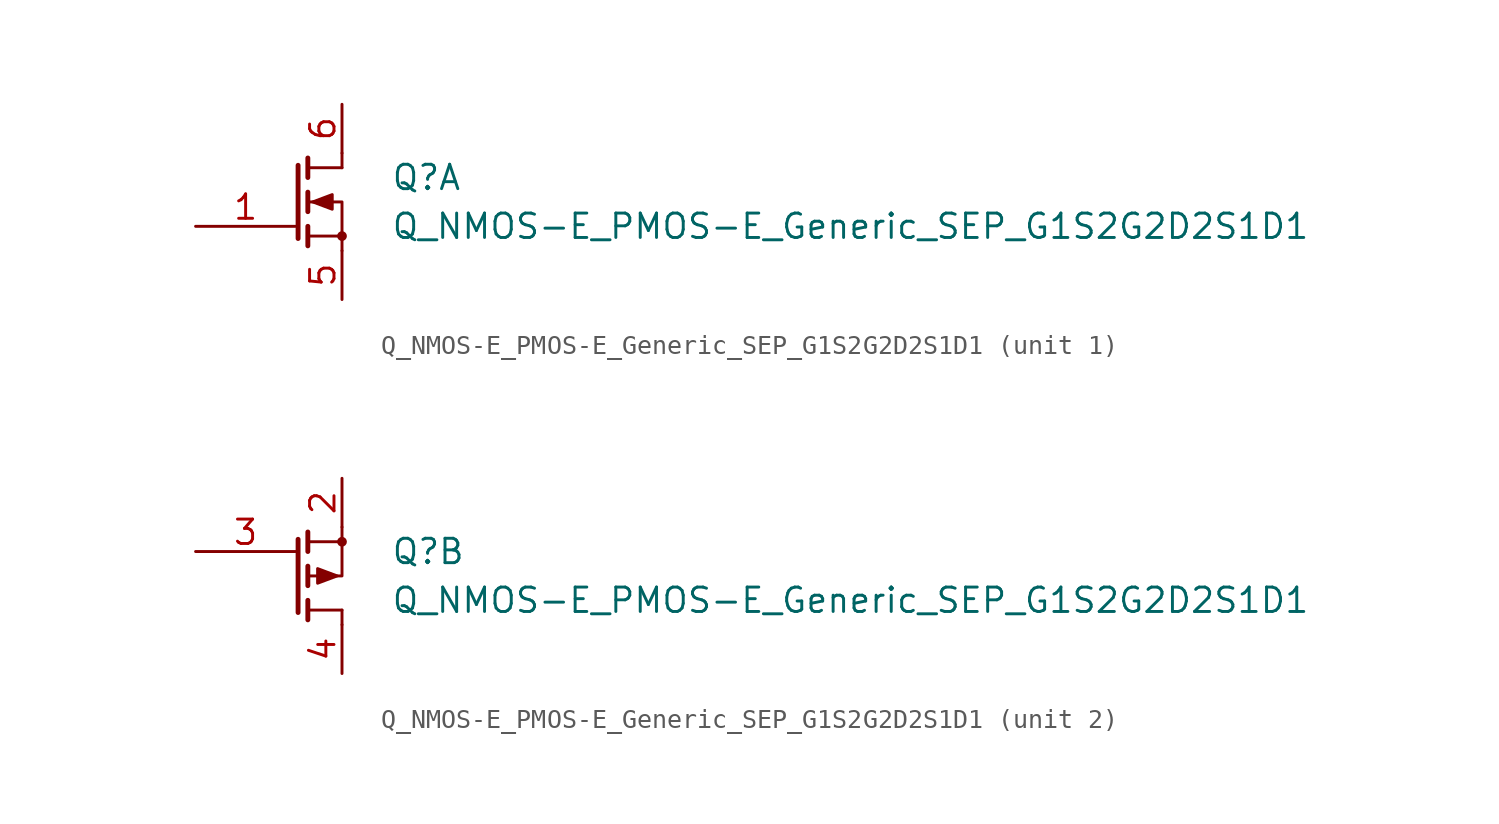
<source format=kicad_sym>
(kicad_symbol_lib
  (version 20220914)
  (generator kicad_symbol_editor)
  (symbol "Q_NMOS-E_PMOS-E_Generic_SEP_G1S2G2D2S1D1"
    (pin_names
      (offset 1.016) hide)
    (property "Reference" "Q"
      (at 3.81 1.27 0)
      (effects (font (size 1.27 1.27)) (justify left)))
    (property "Value" "Q_NMOS-E_PMOS-E_Generic_SEP_G1S2G2D2S1D1"
      (at 3.81 -1.27 0)
      (effects (font (size 1.27 1.27)) (justify left)))
    (property "ki_locked" ""
      (at 0 0 0)
      (effects (font (size 1.27 1.27))))
    (symbol "Q_NMOS-E_PMOS-E_Generic_SEP_G1S2G2D2S1D1_1_1"
      (polyline (pts (xy -1.016 1.905) (xy -1.016 -1.905)) (stroke (width 0.254) (type default)) (fill (type none)))
      (polyline (pts (xy -0.508 -1.778) (xy 1.27 -1.778)) (stroke (width 0) (type default)) (fill (type none)))
      (polyline (pts (xy -0.508 -1.27) (xy -0.508 -2.286)) (stroke (width 0.254) (type default)) (fill (type none)))
      (polyline (pts (xy -0.508 0.508) (xy -0.508 -0.508)) (stroke (width 0.254) (type default)) (fill (type none)))
      (polyline (pts (xy -0.508 2.286) (xy -0.508 1.27)) (stroke (width 0.254) (type default)) (fill (type none)))
      (polyline (pts (xy 1.27 1.778) (xy -0.508 1.778)) (stroke (width 0) (type default)) (fill (type none)))
      (polyline (pts (xy 1.27 2.54) (xy 1.27 1.778)) (stroke (width 0) (type default)) (fill (type none)))
      (polyline (pts (xy 1.27 -2.54) (xy 1.27 0) (xy -0.508 0)) (stroke (width 0) (type default)) (fill (type none)))
      (polyline (pts (xy -0.254 0) (xy 0.762 0.381) (xy 0.762 -0.381) (xy -0.254 0)) (stroke (width 0) (type default)) (fill (type outline)))
      (circle (center 1.27 -1.778) (radius 0.178) (stroke (width 0) (type default)) (fill (type outline)))
      (pin input line (at -6.35 -1.27 0) (length 5.207) (name "G1" (effects (font (size 1.27 1.27)))) (number "1" (effects (font (size 1.27 1.27)))))
      (pin passive line (at 1.27 -5.08 90) (length 2.54) (name "S1" (effects (font (size 1.27 1.27)))) (number "5" (effects (font (size 1.27 1.27)))))
      (pin passive line (at 1.27 5.08 270) (length 2.54) (name "D1" (effects (font (size 1.27 1.27)))) (number "6" (effects (font (size 1.27 1.27))))))
    (symbol "Q_NMOS-E_PMOS-E_Generic_SEP_G1S2G2D2S1D1_2_1"
      (polyline (pts (xy -1.016 -1.905) (xy -1.016 1.905)) (stroke (width 0.254) (type default)) (fill (type none)))
      (polyline (pts (xy -0.508 -2.286) (xy -0.508 -1.27)) (stroke (width 0.254) (type default)) (fill (type none)))
      (polyline (pts (xy -0.508 -0.508) (xy -0.508 0.508)) (stroke (width 0.254) (type default)) (fill (type none)))
      (polyline (pts (xy -0.508 1.27) (xy -0.508 2.286)) (stroke (width 0.254) (type default)) (fill (type none)))
      (polyline (pts (xy -0.508 1.778) (xy 1.27 1.778)) (stroke (width 0) (type default)) (fill (type none)))
      (polyline (pts (xy 1.27 -2.54) (xy 1.27 -1.778)) (stroke (width 0) (type default)) (fill (type none)))
      (polyline (pts (xy 1.27 -1.778) (xy -0.508 -1.778)) (stroke (width 0) (type default)) (fill (type none)))
      (polyline (pts (xy 1.27 2.54) (xy 1.27 0) (xy -0.508 0)) (stroke (width 0) (type default)) (fill (type none)))
      (polyline (pts (xy 1.016 0) (xy 0 0.381) (xy 0 -0.381) (xy 1.016 0)) (stroke (width 0) (type default)) (fill (type outline)))
      (circle (center 1.27 1.778) (radius 0.178) (stroke (width 0) (type default)) (fill (type outline)))
      (pin passive line (at 1.27 5.08 270) (length 2.54) (name "S2" (effects (font (size 1.27 1.27)))) (number "2" (effects (font (size 1.27 1.27)))))
      (pin input line (at -6.35 1.27 0) (length 5.207) (name "G2" (effects (font (size 1.27 1.27)))) (number "3" (effects (font (size 1.27 1.27)))))
      (pin passive line (at 1.27 -5.08 90) (length 2.54) (name "D2" (effects (font (size 1.27 1.27)))) (number "4" (effects (font (size 1.27 1.27))))))))
</source>
